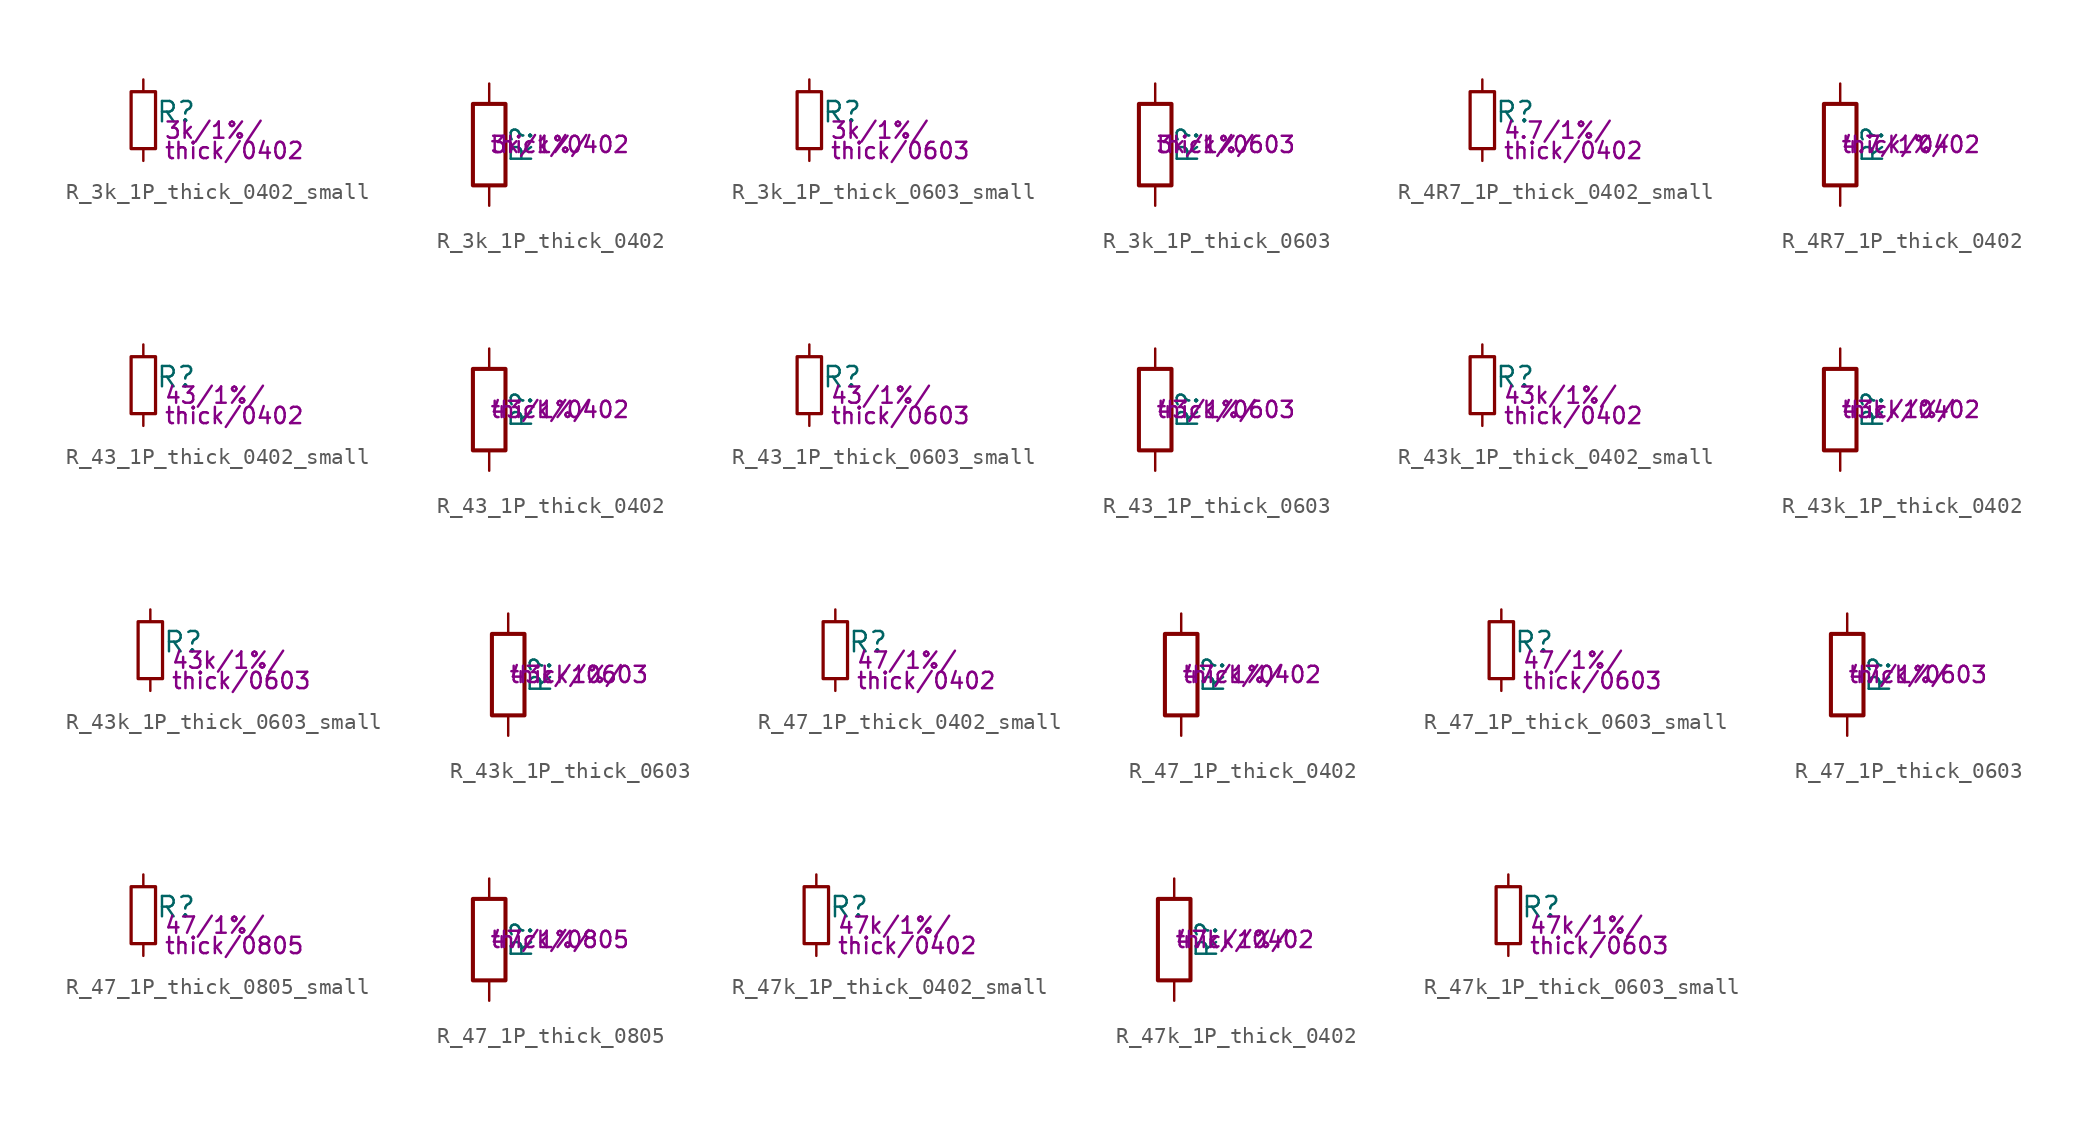
<source format=kicad_sym>
(kicad_symbol_lib
  (version 20211014)
  (generator kicad_symbol_editor)
  (symbol "R_3k_1P_thick_0402_small"
    (pin_numbers hide)
    (pin_names
      (offset 0.254) hide)
    (property "Reference" "R"
      (at 0.762 0.508 0)
      (effects (font (size 1.27 1.27)) (justify left)))
    (property "Params" "3k/1%/"
      (at 1.27 -0.635 0)
      (effects (font (size 1.016 1.016)) (justify left)))
    (property "Params2" "thick/0402"
      (at 1.27 -1.905 0)
      (effects (font (size 1.016 1.016)) (justify left)))
    (symbol "R_3k_1P_thick_0402_small_0_1"
      (rectangle (start -0.762 1.778) (end 0.762 -1.778) (stroke (width 0.203) (type default) (color 0 0 0 0)) (fill (type none))))
    (symbol "R_3k_1P_thick_0402_small_1_1"
      (pin passive line (at 0 2.54 270) (length 0.762) (name "~" (effects (font (size 1.27 1.27)))) (number "1" (effects (font (size 1.27 1.27)))))
      (pin passive line (at 0 -2.54 90) (length 0.762) (name "~" (effects (font (size 1.27 1.27)))) (number "2" (effects (font (size 1.27 1.27)))))))
  (symbol "R_3k_1P_thick_0402"
    (pin_numbers hide)
    (pin_names
      (offset 0))
    (property "Reference" "R"
      (at 2.032 0 90)
      (effects (font (size 1.27 1.27))))
    (property "Params" "3k/1%/"
      (at 0 0 0)
      (effects (font (size 1.016 1.016)) (justify left)))
    (property "Params2" "thick/0402"
      (at 0 0 0)
      (effects (font (size 1.016 1.016)) (justify left)))
    (symbol "R_3k_1P_thick_0402_0_1"
      (rectangle (start -1.016 -2.54) (end 1.016 2.54) (stroke (width 0.254) (type default) (color 0 0 0 0)) (fill (type none))))
    (symbol "R_3k_1P_thick_0402_1_1"
      (pin passive line (at 0 3.81 270) (length 1.27) (name "~" (effects (font (size 1.27 1.27)))) (number "1" (effects (font (size 1.27 1.27)))))
      (pin passive line (at 0 -3.81 90) (length 1.27) (name "~" (effects (font (size 1.27 1.27)))) (number "2" (effects (font (size 1.27 1.27)))))))
  (symbol "R_3k_1P_thick_0603_small"
    (pin_numbers hide)
    (pin_names
      (offset 0.254) hide)
    (property "Reference" "R"
      (at 0.762 0.508 0)
      (effects (font (size 1.27 1.27)) (justify left)))
    (property "Params" "3k/1%/"
      (at 1.27 -0.635 0)
      (effects (font (size 1.016 1.016)) (justify left)))
    (property "Params2" "thick/0603"
      (at 1.27 -1.905 0)
      (effects (font (size 1.016 1.016)) (justify left)))
    (symbol "R_3k_1P_thick_0603_small_0_1"
      (rectangle (start -0.762 1.778) (end 0.762 -1.778) (stroke (width 0.203) (type default) (color 0 0 0 0)) (fill (type none))))
    (symbol "R_3k_1P_thick_0603_small_1_1"
      (pin passive line (at 0 2.54 270) (length 0.762) (name "~" (effects (font (size 1.27 1.27)))) (number "1" (effects (font (size 1.27 1.27)))))
      (pin passive line (at 0 -2.54 90) (length 0.762) (name "~" (effects (font (size 1.27 1.27)))) (number "2" (effects (font (size 1.27 1.27)))))))
  (symbol "R_3k_1P_thick_0603"
    (pin_numbers hide)
    (pin_names
      (offset 0))
    (property "Reference" "R"
      (at 2.032 0 90)
      (effects (font (size 1.27 1.27))))
    (property "Params" "3k/1%/"
      (at 0 0 0)
      (effects (font (size 1.016 1.016)) (justify left)))
    (property "Params2" "thick/0603"
      (at 0 0 0)
      (effects (font (size 1.016 1.016)) (justify left)))
    (symbol "R_3k_1P_thick_0603_0_1"
      (rectangle (start -1.016 -2.54) (end 1.016 2.54) (stroke (width 0.254) (type default) (color 0 0 0 0)) (fill (type none))))
    (symbol "R_3k_1P_thick_0603_1_1"
      (pin passive line (at 0 3.81 270) (length 1.27) (name "~" (effects (font (size 1.27 1.27)))) (number "1" (effects (font (size 1.27 1.27)))))
      (pin passive line (at 0 -3.81 90) (length 1.27) (name "~" (effects (font (size 1.27 1.27)))) (number "2" (effects (font (size 1.27 1.27)))))))
  (symbol "R_4R7_1P_thick_0402_small"
    (pin_numbers hide)
    (pin_names
      (offset 0.254) hide)
    (property "Reference" "R"
      (at 0.762 0.508 0)
      (effects (font (size 1.27 1.27)) (justify left)))
    (property "Params" "4.7/1%/"
      (at 1.27 -0.635 0)
      (effects (font (size 1.016 1.016)) (justify left)))
    (property "Params2" "thick/0402"
      (at 1.27 -1.905 0)
      (effects (font (size 1.016 1.016)) (justify left)))
    (symbol "R_4R7_1P_thick_0402_small_0_1"
      (rectangle (start -0.762 1.778) (end 0.762 -1.778) (stroke (width 0.203) (type default) (color 0 0 0 0)) (fill (type none))))
    (symbol "R_4R7_1P_thick_0402_small_1_1"
      (pin passive line (at 0 2.54 270) (length 0.762) (name "~" (effects (font (size 1.27 1.27)))) (number "1" (effects (font (size 1.27 1.27)))))
      (pin passive line (at 0 -2.54 90) (length 0.762) (name "~" (effects (font (size 1.27 1.27)))) (number "2" (effects (font (size 1.27 1.27)))))))
  (symbol "R_4R7_1P_thick_0402"
    (pin_numbers hide)
    (pin_names
      (offset 0))
    (property "Reference" "R"
      (at 2.032 0 90)
      (effects (font (size 1.27 1.27))))
    (property "Params" "4.7/1%/"
      (at 0 0 0)
      (effects (font (size 1.016 1.016)) (justify left)))
    (property "Params2" "thick/0402"
      (at 0 0 0)
      (effects (font (size 1.016 1.016)) (justify left)))
    (symbol "R_4R7_1P_thick_0402_0_1"
      (rectangle (start -1.016 -2.54) (end 1.016 2.54) (stroke (width 0.254) (type default) (color 0 0 0 0)) (fill (type none))))
    (symbol "R_4R7_1P_thick_0402_1_1"
      (pin passive line (at 0 3.81 270) (length 1.27) (name "~" (effects (font (size 1.27 1.27)))) (number "1" (effects (font (size 1.27 1.27)))))
      (pin passive line (at 0 -3.81 90) (length 1.27) (name "~" (effects (font (size 1.27 1.27)))) (number "2" (effects (font (size 1.27 1.27)))))))
  (symbol "R_43_1P_thick_0402_small"
    (pin_numbers hide)
    (pin_names
      (offset 0.254) hide)
    (property "Reference" "R"
      (at 0.762 0.508 0)
      (effects (font (size 1.27 1.27)) (justify left)))
    (property "Params" "43/1%/"
      (at 1.27 -0.635 0)
      (effects (font (size 1.016 1.016)) (justify left)))
    (property "Params2" "thick/0402"
      (at 1.27 -1.905 0)
      (effects (font (size 1.016 1.016)) (justify left)))
    (symbol "R_43_1P_thick_0402_small_0_1"
      (rectangle (start -0.762 1.778) (end 0.762 -1.778) (stroke (width 0.203) (type default) (color 0 0 0 0)) (fill (type none))))
    (symbol "R_43_1P_thick_0402_small_1_1"
      (pin passive line (at 0 2.54 270) (length 0.762) (name "~" (effects (font (size 1.27 1.27)))) (number "1" (effects (font (size 1.27 1.27)))))
      (pin passive line (at 0 -2.54 90) (length 0.762) (name "~" (effects (font (size 1.27 1.27)))) (number "2" (effects (font (size 1.27 1.27)))))))
  (symbol "R_43_1P_thick_0402"
    (pin_numbers hide)
    (pin_names
      (offset 0))
    (property "Reference" "R"
      (at 2.032 0 90)
      (effects (font (size 1.27 1.27))))
    (property "Params" "43/1%/"
      (at 0 0 0)
      (effects (font (size 1.016 1.016)) (justify left)))
    (property "Params2" "thick/0402"
      (at 0 0 0)
      (effects (font (size 1.016 1.016)) (justify left)))
    (symbol "R_43_1P_thick_0402_0_1"
      (rectangle (start -1.016 -2.54) (end 1.016 2.54) (stroke (width 0.254) (type default) (color 0 0 0 0)) (fill (type none))))
    (symbol "R_43_1P_thick_0402_1_1"
      (pin passive line (at 0 3.81 270) (length 1.27) (name "~" (effects (font (size 1.27 1.27)))) (number "1" (effects (font (size 1.27 1.27)))))
      (pin passive line (at 0 -3.81 90) (length 1.27) (name "~" (effects (font (size 1.27 1.27)))) (number "2" (effects (font (size 1.27 1.27)))))))
  (symbol "R_43_1P_thick_0603_small"
    (pin_numbers hide)
    (pin_names
      (offset 0.254) hide)
    (property "Reference" "R"
      (at 0.762 0.508 0)
      (effects (font (size 1.27 1.27)) (justify left)))
    (property "Params" "43/1%/"
      (at 1.27 -0.635 0)
      (effects (font (size 1.016 1.016)) (justify left)))
    (property "Params2" "thick/0603"
      (at 1.27 -1.905 0)
      (effects (font (size 1.016 1.016)) (justify left)))
    (symbol "R_43_1P_thick_0603_small_0_1"
      (rectangle (start -0.762 1.778) (end 0.762 -1.778) (stroke (width 0.203) (type default) (color 0 0 0 0)) (fill (type none))))
    (symbol "R_43_1P_thick_0603_small_1_1"
      (pin passive line (at 0 2.54 270) (length 0.762) (name "~" (effects (font (size 1.27 1.27)))) (number "1" (effects (font (size 1.27 1.27)))))
      (pin passive line (at 0 -2.54 90) (length 0.762) (name "~" (effects (font (size 1.27 1.27)))) (number "2" (effects (font (size 1.27 1.27)))))))
  (symbol "R_43_1P_thick_0603"
    (pin_numbers hide)
    (pin_names
      (offset 0))
    (property "Reference" "R"
      (at 2.032 0 90)
      (effects (font (size 1.27 1.27))))
    (property "Params" "43/1%/"
      (at 0 0 0)
      (effects (font (size 1.016 1.016)) (justify left)))
    (property "Params2" "thick/0603"
      (at 0 0 0)
      (effects (font (size 1.016 1.016)) (justify left)))
    (symbol "R_43_1P_thick_0603_0_1"
      (rectangle (start -1.016 -2.54) (end 1.016 2.54) (stroke (width 0.254) (type default) (color 0 0 0 0)) (fill (type none))))
    (symbol "R_43_1P_thick_0603_1_1"
      (pin passive line (at 0 3.81 270) (length 1.27) (name "~" (effects (font (size 1.27 1.27)))) (number "1" (effects (font (size 1.27 1.27)))))
      (pin passive line (at 0 -3.81 90) (length 1.27) (name "~" (effects (font (size 1.27 1.27)))) (number "2" (effects (font (size 1.27 1.27)))))))
  (symbol "R_43k_1P_thick_0402_small"
    (pin_numbers hide)
    (pin_names
      (offset 0.254) hide)
    (property "Reference" "R"
      (at 0.762 0.508 0)
      (effects (font (size 1.27 1.27)) (justify left)))
    (property "Params" "43k/1%/"
      (at 1.27 -0.635 0)
      (effects (font (size 1.016 1.016)) (justify left)))
    (property "Params2" "thick/0402"
      (at 1.27 -1.905 0)
      (effects (font (size 1.016 1.016)) (justify left)))
    (symbol "R_43k_1P_thick_0402_small_0_1"
      (rectangle (start -0.762 1.778) (end 0.762 -1.778) (stroke (width 0.203) (type default) (color 0 0 0 0)) (fill (type none))))
    (symbol "R_43k_1P_thick_0402_small_1_1"
      (pin passive line (at 0 2.54 270) (length 0.762) (name "~" (effects (font (size 1.27 1.27)))) (number "1" (effects (font (size 1.27 1.27)))))
      (pin passive line (at 0 -2.54 90) (length 0.762) (name "~" (effects (font (size 1.27 1.27)))) (number "2" (effects (font (size 1.27 1.27)))))))
  (symbol "R_43k_1P_thick_0402"
    (pin_numbers hide)
    (pin_names
      (offset 0))
    (property "Reference" "R"
      (at 2.032 0 90)
      (effects (font (size 1.27 1.27))))
    (property "Params" "43k/1%/"
      (at 0 0 0)
      (effects (font (size 1.016 1.016)) (justify left)))
    (property "Params2" "thick/0402"
      (at 0 0 0)
      (effects (font (size 1.016 1.016)) (justify left)))
    (symbol "R_43k_1P_thick_0402_0_1"
      (rectangle (start -1.016 -2.54) (end 1.016 2.54) (stroke (width 0.254) (type default) (color 0 0 0 0)) (fill (type none))))
    (symbol "R_43k_1P_thick_0402_1_1"
      (pin passive line (at 0 3.81 270) (length 1.27) (name "~" (effects (font (size 1.27 1.27)))) (number "1" (effects (font (size 1.27 1.27)))))
      (pin passive line (at 0 -3.81 90) (length 1.27) (name "~" (effects (font (size 1.27 1.27)))) (number "2" (effects (font (size 1.27 1.27)))))))
  (symbol "R_43k_1P_thick_0603_small"
    (pin_numbers hide)
    (pin_names
      (offset 0.254) hide)
    (property "Reference" "R"
      (at 0.762 0.508 0)
      (effects (font (size 1.27 1.27)) (justify left)))
    (property "Params" "43k/1%/"
      (at 1.27 -0.635 0)
      (effects (font (size 1.016 1.016)) (justify left)))
    (property "Params2" "thick/0603"
      (at 1.27 -1.905 0)
      (effects (font (size 1.016 1.016)) (justify left)))
    (symbol "R_43k_1P_thick_0603_small_0_1"
      (rectangle (start -0.762 1.778) (end 0.762 -1.778) (stroke (width 0.203) (type default) (color 0 0 0 0)) (fill (type none))))
    (symbol "R_43k_1P_thick_0603_small_1_1"
      (pin passive line (at 0 2.54 270) (length 0.762) (name "~" (effects (font (size 1.27 1.27)))) (number "1" (effects (font (size 1.27 1.27)))))
      (pin passive line (at 0 -2.54 90) (length 0.762) (name "~" (effects (font (size 1.27 1.27)))) (number "2" (effects (font (size 1.27 1.27)))))))
  (symbol "R_43k_1P_thick_0603"
    (pin_numbers hide)
    (pin_names
      (offset 0))
    (property "Reference" "R"
      (at 2.032 0 90)
      (effects (font (size 1.27 1.27))))
    (property "Params" "43k/1%/"
      (at 0 0 0)
      (effects (font (size 1.016 1.016)) (justify left)))
    (property "Params2" "thick/0603"
      (at 0 0 0)
      (effects (font (size 1.016 1.016)) (justify left)))
    (symbol "R_43k_1P_thick_0603_0_1"
      (rectangle (start -1.016 -2.54) (end 1.016 2.54) (stroke (width 0.254) (type default) (color 0 0 0 0)) (fill (type none))))
    (symbol "R_43k_1P_thick_0603_1_1"
      (pin passive line (at 0 3.81 270) (length 1.27) (name "~" (effects (font (size 1.27 1.27)))) (number "1" (effects (font (size 1.27 1.27)))))
      (pin passive line (at 0 -3.81 90) (length 1.27) (name "~" (effects (font (size 1.27 1.27)))) (number "2" (effects (font (size 1.27 1.27)))))))
  (symbol "R_47_1P_thick_0402_small"
    (pin_numbers hide)
    (pin_names
      (offset 0.254) hide)
    (property "Reference" "R"
      (at 0.762 0.508 0)
      (effects (font (size 1.27 1.27)) (justify left)))
    (property "Params" "47/1%/"
      (at 1.27 -0.635 0)
      (effects (font (size 1.016 1.016)) (justify left)))
    (property "Params2" "thick/0402"
      (at 1.27 -1.905 0)
      (effects (font (size 1.016 1.016)) (justify left)))
    (symbol "R_47_1P_thick_0402_small_0_1"
      (rectangle (start -0.762 1.778) (end 0.762 -1.778) (stroke (width 0.203) (type default) (color 0 0 0 0)) (fill (type none))))
    (symbol "R_47_1P_thick_0402_small_1_1"
      (pin passive line (at 0 2.54 270) (length 0.762) (name "~" (effects (font (size 1.27 1.27)))) (number "1" (effects (font (size 1.27 1.27)))))
      (pin passive line (at 0 -2.54 90) (length 0.762) (name "~" (effects (font (size 1.27 1.27)))) (number "2" (effects (font (size 1.27 1.27)))))))
  (symbol "R_47_1P_thick_0402"
    (pin_numbers hide)
    (pin_names
      (offset 0))
    (property "Reference" "R"
      (at 2.032 0 90)
      (effects (font (size 1.27 1.27))))
    (property "Params" "47/1%/"
      (at 0 0 0)
      (effects (font (size 1.016 1.016)) (justify left)))
    (property "Params2" "thick/0402"
      (at 0 0 0)
      (effects (font (size 1.016 1.016)) (justify left)))
    (symbol "R_47_1P_thick_0402_0_1"
      (rectangle (start -1.016 -2.54) (end 1.016 2.54) (stroke (width 0.254) (type default) (color 0 0 0 0)) (fill (type none))))
    (symbol "R_47_1P_thick_0402_1_1"
      (pin passive line (at 0 3.81 270) (length 1.27) (name "~" (effects (font (size 1.27 1.27)))) (number "1" (effects (font (size 1.27 1.27)))))
      (pin passive line (at 0 -3.81 90) (length 1.27) (name "~" (effects (font (size 1.27 1.27)))) (number "2" (effects (font (size 1.27 1.27)))))))
  (symbol "R_47_1P_thick_0603_small"
    (pin_numbers hide)
    (pin_names
      (offset 0.254) hide)
    (property "Reference" "R"
      (at 0.762 0.508 0)
      (effects (font (size 1.27 1.27)) (justify left)))
    (property "Params" "47/1%/"
      (at 1.27 -0.635 0)
      (effects (font (size 1.016 1.016)) (justify left)))
    (property "Params2" "thick/0603"
      (at 1.27 -1.905 0)
      (effects (font (size 1.016 1.016)) (justify left)))
    (symbol "R_47_1P_thick_0603_small_0_1"
      (rectangle (start -0.762 1.778) (end 0.762 -1.778) (stroke (width 0.203) (type default) (color 0 0 0 0)) (fill (type none))))
    (symbol "R_47_1P_thick_0603_small_1_1"
      (pin passive line (at 0 2.54 270) (length 0.762) (name "~" (effects (font (size 1.27 1.27)))) (number "1" (effects (font (size 1.27 1.27)))))
      (pin passive line (at 0 -2.54 90) (length 0.762) (name "~" (effects (font (size 1.27 1.27)))) (number "2" (effects (font (size 1.27 1.27)))))))
  (symbol "R_47_1P_thick_0603"
    (pin_numbers hide)
    (pin_names
      (offset 0))
    (property "Reference" "R"
      (at 2.032 0 90)
      (effects (font (size 1.27 1.27))))
    (property "Params" "47/1%/"
      (at 0 0 0)
      (effects (font (size 1.016 1.016)) (justify left)))
    (property "Params2" "thick/0603"
      (at 0 0 0)
      (effects (font (size 1.016 1.016)) (justify left)))
    (symbol "R_47_1P_thick_0603_0_1"
      (rectangle (start -1.016 -2.54) (end 1.016 2.54) (stroke (width 0.254) (type default) (color 0 0 0 0)) (fill (type none))))
    (symbol "R_47_1P_thick_0603_1_1"
      (pin passive line (at 0 3.81 270) (length 1.27) (name "~" (effects (font (size 1.27 1.27)))) (number "1" (effects (font (size 1.27 1.27)))))
      (pin passive line (at 0 -3.81 90) (length 1.27) (name "~" (effects (font (size 1.27 1.27)))) (number "2" (effects (font (size 1.27 1.27)))))))
  (symbol "R_47_1P_thick_0805_small"
    (pin_numbers hide)
    (pin_names
      (offset 0.254) hide)
    (property "Reference" "R"
      (at 0.762 0.508 0)
      (effects (font (size 1.27 1.27)) (justify left)))
    (property "Params" "47/1%/"
      (at 1.27 -0.635 0)
      (effects (font (size 1.016 1.016)) (justify left)))
    (property "Params2" "thick/0805"
      (at 1.27 -1.905 0)
      (effects (font (size 1.016 1.016)) (justify left)))
    (symbol "R_47_1P_thick_0805_small_0_1"
      (rectangle (start -0.762 1.778) (end 0.762 -1.778) (stroke (width 0.203) (type default) (color 0 0 0 0)) (fill (type none))))
    (symbol "R_47_1P_thick_0805_small_1_1"
      (pin passive line (at 0 2.54 270) (length 0.762) (name "~" (effects (font (size 1.27 1.27)))) (number "1" (effects (font (size 1.27 1.27)))))
      (pin passive line (at 0 -2.54 90) (length 0.762) (name "~" (effects (font (size 1.27 1.27)))) (number "2" (effects (font (size 1.27 1.27)))))))
  (symbol "R_47_1P_thick_0805"
    (pin_numbers hide)
    (pin_names
      (offset 0))
    (property "Reference" "R"
      (at 2.032 0 90)
      (effects (font (size 1.27 1.27))))
    (property "Params" "47/1%/"
      (at 0 0 0)
      (effects (font (size 1.016 1.016)) (justify left)))
    (property "Params2" "thick/0805"
      (at 0 0 0)
      (effects (font (size 1.016 1.016)) (justify left)))
    (symbol "R_47_1P_thick_0805_0_1"
      (rectangle (start -1.016 -2.54) (end 1.016 2.54) (stroke (width 0.254) (type default) (color 0 0 0 0)) (fill (type none))))
    (symbol "R_47_1P_thick_0805_1_1"
      (pin passive line (at 0 3.81 270) (length 1.27) (name "~" (effects (font (size 1.27 1.27)))) (number "1" (effects (font (size 1.27 1.27)))))
      (pin passive line (at 0 -3.81 90) (length 1.27) (name "~" (effects (font (size 1.27 1.27)))) (number "2" (effects (font (size 1.27 1.27)))))))
  (symbol "R_47k_1P_thick_0402_small"
    (pin_numbers hide)
    (pin_names
      (offset 0.254) hide)
    (property "Reference" "R"
      (at 0.762 0.508 0)
      (effects (font (size 1.27 1.27)) (justify left)))
    (property "Params" "47k/1%/"
      (at 1.27 -0.635 0)
      (effects (font (size 1.016 1.016)) (justify left)))
    (property "Params2" "thick/0402"
      (at 1.27 -1.905 0)
      (effects (font (size 1.016 1.016)) (justify left)))
    (symbol "R_47k_1P_thick_0402_small_0_1"
      (rectangle (start -0.762 1.778) (end 0.762 -1.778) (stroke (width 0.203) (type default) (color 0 0 0 0)) (fill (type none))))
    (symbol "R_47k_1P_thick_0402_small_1_1"
      (pin passive line (at 0 2.54 270) (length 0.762) (name "~" (effects (font (size 1.27 1.27)))) (number "1" (effects (font (size 1.27 1.27)))))
      (pin passive line (at 0 -2.54 90) (length 0.762) (name "~" (effects (font (size 1.27 1.27)))) (number "2" (effects (font (size 1.27 1.27)))))))
  (symbol "R_47k_1P_thick_0402"
    (pin_numbers hide)
    (pin_names
      (offset 0))
    (property "Reference" "R"
      (at 2.032 0 90)
      (effects (font (size 1.27 1.27))))
    (property "Params" "47k/1%/"
      (at 0 0 0)
      (effects (font (size 1.016 1.016)) (justify left)))
    (property "Params2" "thick/0402"
      (at 0 0 0)
      (effects (font (size 1.016 1.016)) (justify left)))
    (symbol "R_47k_1P_thick_0402_0_1"
      (rectangle (start -1.016 -2.54) (end 1.016 2.54) (stroke (width 0.254) (type default) (color 0 0 0 0)) (fill (type none))))
    (symbol "R_47k_1P_thick_0402_1_1"
      (pin passive line (at 0 3.81 270) (length 1.27) (name "~" (effects (font (size 1.27 1.27)))) (number "1" (effects (font (size 1.27 1.27)))))
      (pin passive line (at 0 -3.81 90) (length 1.27) (name "~" (effects (font (size 1.27 1.27)))) (number "2" (effects (font (size 1.27 1.27)))))))
  (symbol "R_47k_1P_thick_0603_small"
    (pin_numbers hide)
    (pin_names
      (offset 0.254) hide)
    (property "Reference" "R"
      (at 0.762 0.508 0)
      (effects (font (size 1.27 1.27)) (justify left)))
    (property "Params" "47k/1%/"
      (at 1.27 -0.635 0)
      (effects (font (size 1.016 1.016)) (justify left)))
    (property "Params2" "thick/0603"
      (at 1.27 -1.905 0)
      (effects (font (size 1.016 1.016)) (justify left)))
    (symbol "R_47k_1P_thick_0603_small_0_1"
      (rectangle (start -0.762 1.778) (end 0.762 -1.778) (stroke (width 0.203) (type default) (color 0 0 0 0)) (fill (type none))))
    (symbol "R_47k_1P_thick_0603_small_1_1"
      (pin passive line (at 0 2.54 270) (length 0.762) (name "~" (effects (font (size 1.27 1.27)))) (number "1" (effects (font (size 1.27 1.27)))))
      (pin passive line (at 0 -2.54 90) (length 0.762) (name "~" (effects (font (size 1.27 1.27)))) (number "2" (effects (font (size 1.27 1.27))))))))
</source>
